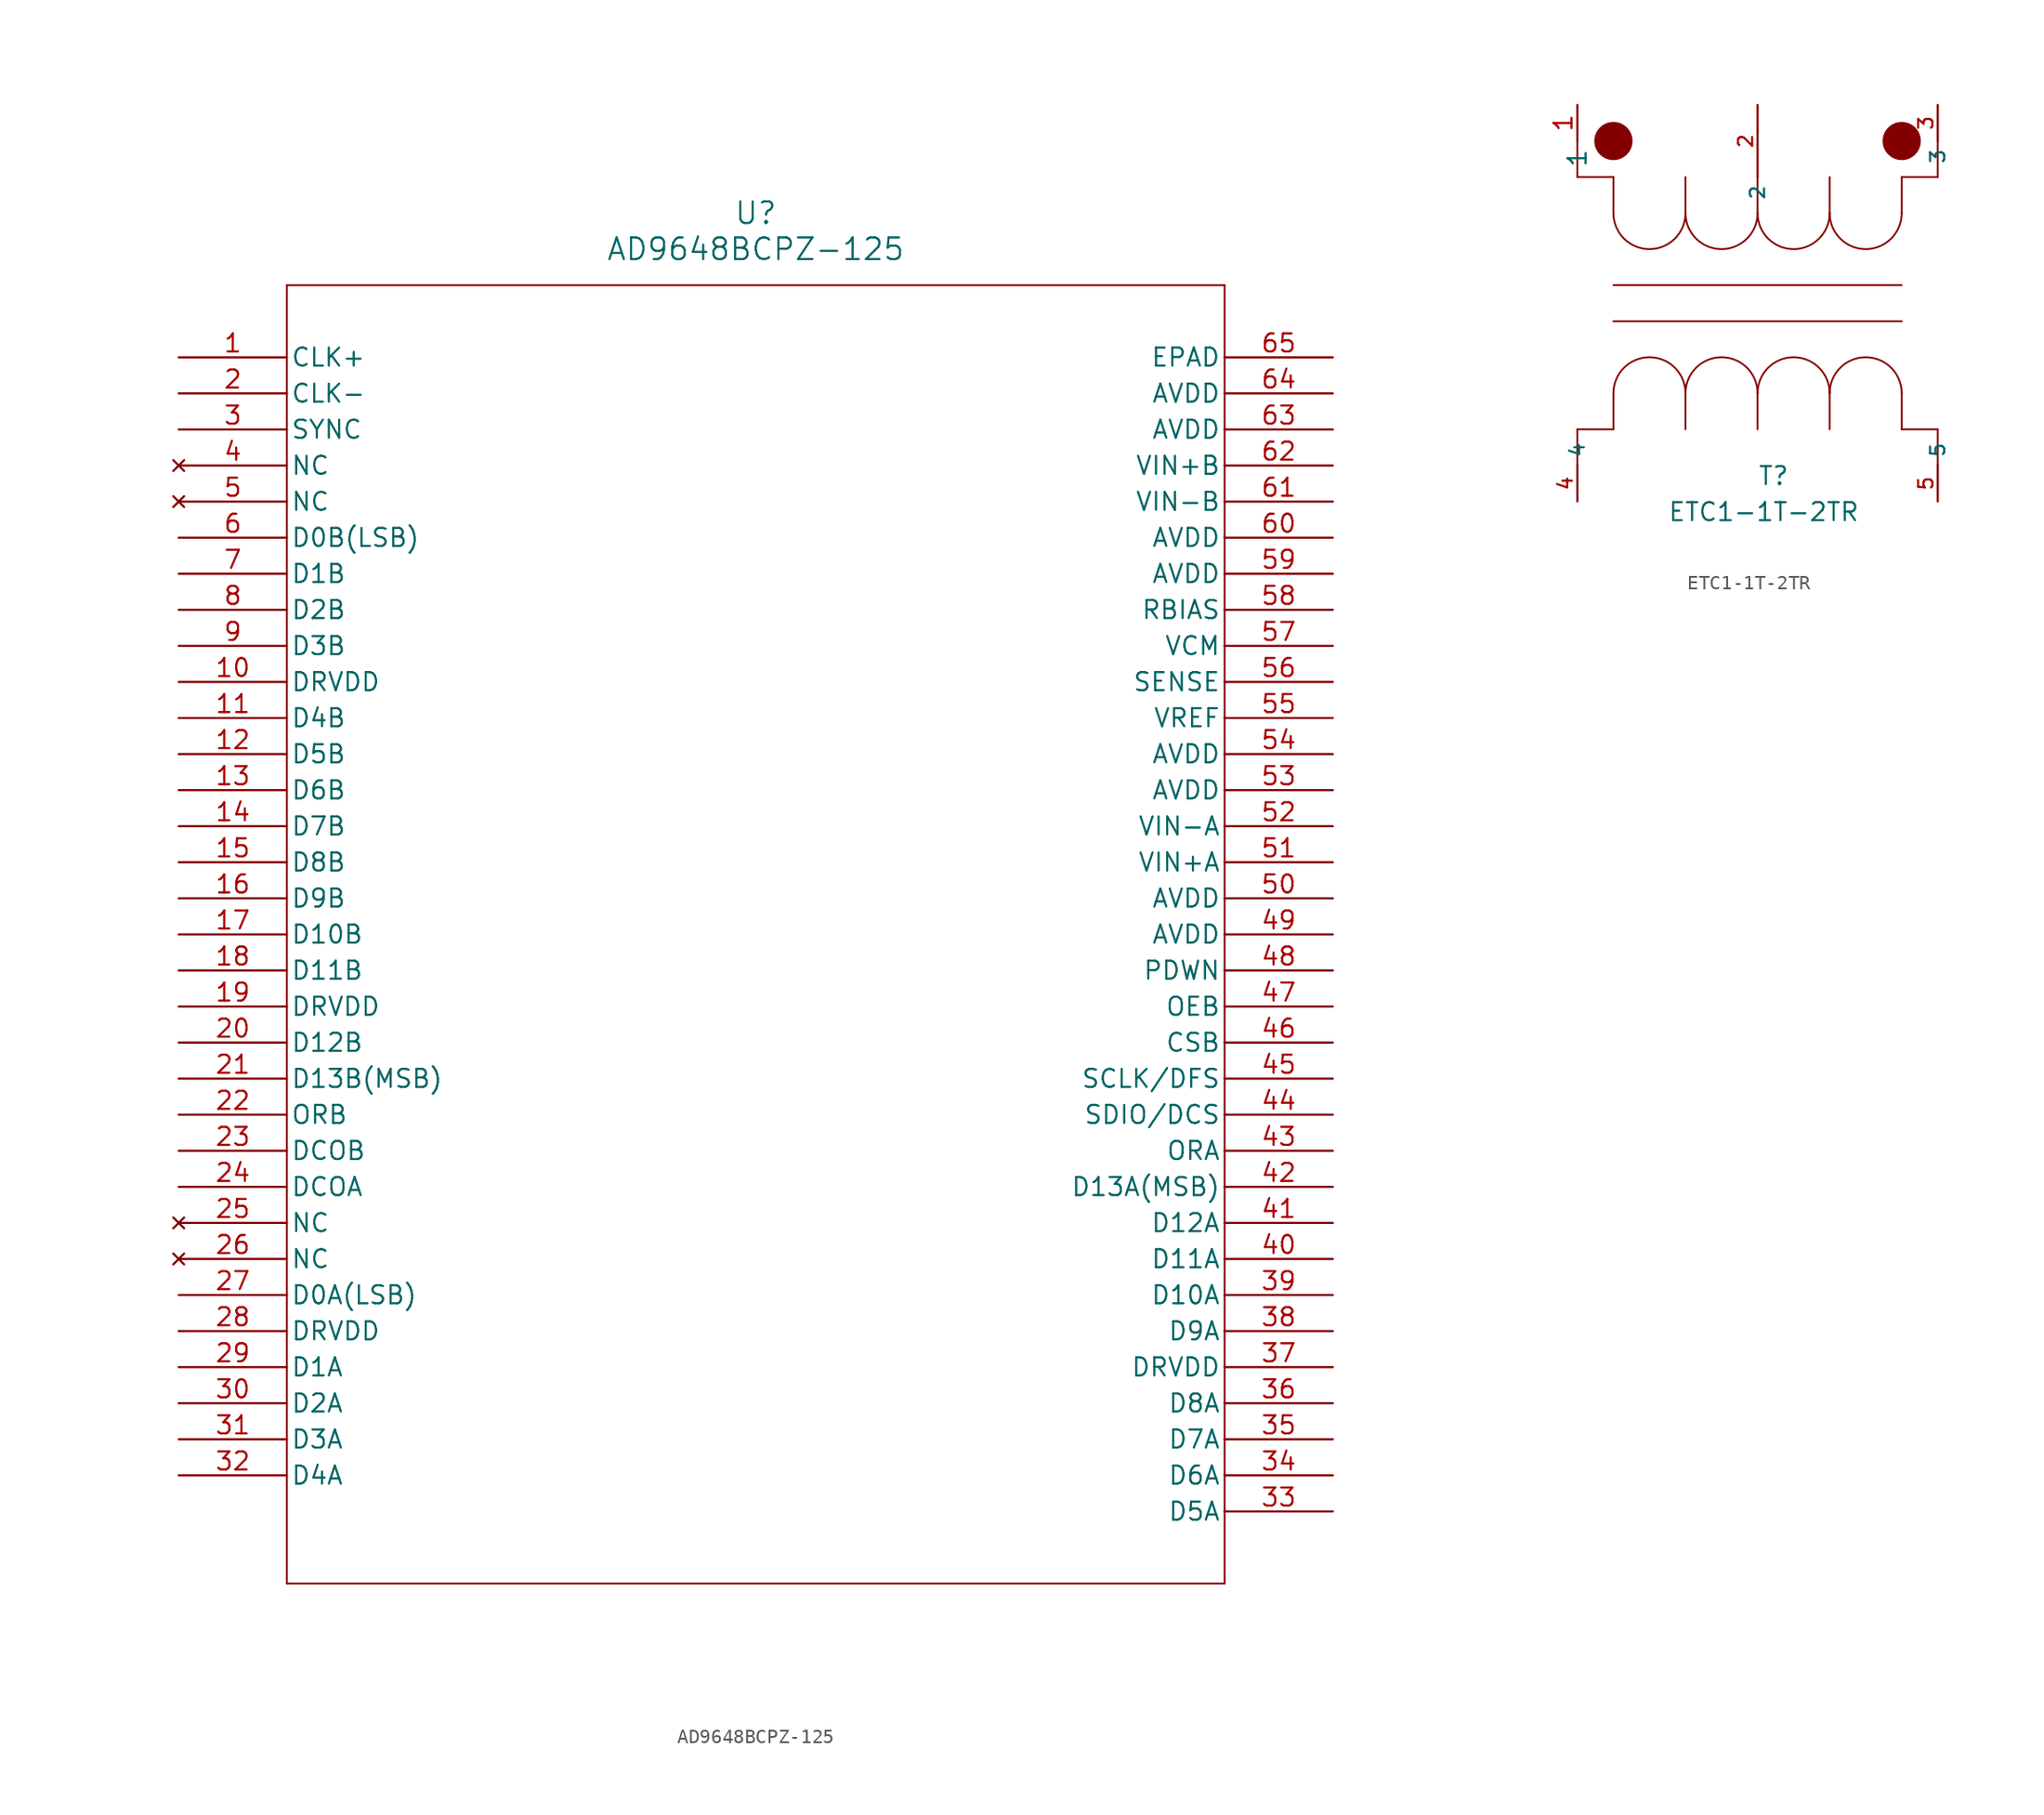
<source format=kicad_sym>
(kicad_symbol_lib
  (version 20220914)
  (generator kicad_symbol_editor)
  (symbol "AD9648BCPZ-125"
    (pin_names
      (offset 0.254))
    (property "Reference" "U"
      (at 40.64 10.16 0)
      (effects (font (size 1.524 1.524))))
    (property "Value" "AD9648BCPZ-125"
      (at 40.64 7.62 0)
      (effects (font (size 1.524 1.524))))
    (property "ki_locked" ""
      (at 0 0 0)
      (effects (font (size 1.27 1.27))))
    (symbol "AD9648BCPZ-125_0_1"
      (polyline (pts (xy 7.62 -86.36) (xy 73.66 -86.36)) (stroke (width 0.127) (type default)) (fill (type none)))
      (polyline (pts (xy 7.62 5.08) (xy 7.62 -86.36)) (stroke (width 0.127) (type default)) (fill (type none)))
      (polyline (pts (xy 73.66 -86.36) (xy 73.66 5.08)) (stroke (width 0.127) (type default)) (fill (type none)))
      (polyline (pts (xy 73.66 5.08) (xy 7.62 5.08)) (stroke (width 0.127) (type default)) (fill (type none)))
      (pin input line (at 0 0 0) (length 7.62) (name "CLK+" (effects (font (size 1.27 1.27)))) (number "1" (effects (font (size 1.27 1.27)))))
      (pin power_in line (at 0 -22.86 0) (length 7.62) (name "DRVDD" (effects (font (size 1.27 1.27)))) (number "10" (effects (font (size 1.27 1.27)))))
      (pin output line (at 0 -25.4 0) (length 7.62) (name "D4B" (effects (font (size 1.27 1.27)))) (number "11" (effects (font (size 1.27 1.27)))))
      (pin output line (at 0 -27.94 0) (length 7.62) (name "D5B" (effects (font (size 1.27 1.27)))) (number "12" (effects (font (size 1.27 1.27)))))
      (pin output line (at 0 -30.48 0) (length 7.62) (name "D6B" (effects (font (size 1.27 1.27)))) (number "13" (effects (font (size 1.27 1.27)))))
      (pin output line (at 0 -33.02 0) (length 7.62) (name "D7B" (effects (font (size 1.27 1.27)))) (number "14" (effects (font (size 1.27 1.27)))))
      (pin output line (at 0 -35.56 0) (length 7.62) (name "D8B" (effects (font (size 1.27 1.27)))) (number "15" (effects (font (size 1.27 1.27)))))
      (pin output line (at 0 -38.1 0) (length 7.62) (name "D9B" (effects (font (size 1.27 1.27)))) (number "16" (effects (font (size 1.27 1.27)))))
      (pin output line (at 0 -40.64 0) (length 7.62) (name "D10B" (effects (font (size 1.27 1.27)))) (number "17" (effects (font (size 1.27 1.27)))))
      (pin output line (at 0 -43.18 0) (length 7.62) (name "D11B" (effects (font (size 1.27 1.27)))) (number "18" (effects (font (size 1.27 1.27)))))
      (pin power_in line (at 0 -45.72 0) (length 7.62) (name "DRVDD" (effects (font (size 1.27 1.27)))) (number "19" (effects (font (size 1.27 1.27)))))
      (pin input line (at 0 -2.54 0) (length 7.62) (name "CLK-" (effects (font (size 1.27 1.27)))) (number "2" (effects (font (size 1.27 1.27)))))
      (pin output line (at 0 -48.26 0) (length 7.62) (name "D12B" (effects (font (size 1.27 1.27)))) (number "20" (effects (font (size 1.27 1.27)))))
      (pin output line (at 0 -50.8 0) (length 7.62) (name "D13B(MSB)" (effects (font (size 1.27 1.27)))) (number "21" (effects (font (size 1.27 1.27)))))
      (pin output line (at 0 -53.34 0) (length 7.62) (name "ORB" (effects (font (size 1.27 1.27)))) (number "22" (effects (font (size 1.27 1.27)))))
      (pin output line (at 0 -55.88 0) (length 7.62) (name "DCOB" (effects (font (size 1.27 1.27)))) (number "23" (effects (font (size 1.27 1.27)))))
      (pin output line (at 0 -58.42 0) (length 7.62) (name "DCOA" (effects (font (size 1.27 1.27)))) (number "24" (effects (font (size 1.27 1.27)))))
      (pin no_connect line (at 0 -60.96 0) (length 7.62) (name "NC" (effects (font (size 1.27 1.27)))) (number "25" (effects (font (size 1.27 1.27)))))
      (pin no_connect line (at 0 -63.5 0) (length 7.62) (name "NC" (effects (font (size 1.27 1.27)))) (number "26" (effects (font (size 1.27 1.27)))))
      (pin output line (at 0 -66.04 0) (length 7.62) (name "D0A(LSB)" (effects (font (size 1.27 1.27)))) (number "27" (effects (font (size 1.27 1.27)))))
      (pin power_in line (at 0 -68.58 0) (length 7.62) (name "DRVDD" (effects (font (size 1.27 1.27)))) (number "28" (effects (font (size 1.27 1.27)))))
      (pin output line (at 0 -71.12 0) (length 7.62) (name "D1A" (effects (font (size 1.27 1.27)))) (number "29" (effects (font (size 1.27 1.27)))))
      (pin input line (at 0 -5.08 0) (length 7.62) (name "SYNC" (effects (font (size 1.27 1.27)))) (number "3" (effects (font (size 1.27 1.27)))))
      (pin output line (at 0 -73.66 0) (length 7.62) (name "D2A" (effects (font (size 1.27 1.27)))) (number "30" (effects (font (size 1.27 1.27)))))
      (pin output line (at 0 -76.2 0) (length 7.62) (name "D3A" (effects (font (size 1.27 1.27)))) (number "31" (effects (font (size 1.27 1.27)))))
      (pin output line (at 0 -78.74 0) (length 7.62) (name "D4A" (effects (font (size 1.27 1.27)))) (number "32" (effects (font (size 1.27 1.27)))))
      (pin output line (at 81.28 -81.28 180) (length 7.62) (name "D5A" (effects (font (size 1.27 1.27)))) (number "33" (effects (font (size 1.27 1.27)))))
      (pin output line (at 81.28 -78.74 180) (length 7.62) (name "D6A" (effects (font (size 1.27 1.27)))) (number "34" (effects (font (size 1.27 1.27)))))
      (pin output line (at 81.28 -76.2 180) (length 7.62) (name "D7A" (effects (font (size 1.27 1.27)))) (number "35" (effects (font (size 1.27 1.27)))))
      (pin output line (at 81.28 -73.66 180) (length 7.62) (name "D8A" (effects (font (size 1.27 1.27)))) (number "36" (effects (font (size 1.27 1.27)))))
      (pin power_in line (at 81.28 -71.12 180) (length 7.62) (name "DRVDD" (effects (font (size 1.27 1.27)))) (number "37" (effects (font (size 1.27 1.27)))))
      (pin output line (at 81.28 -68.58 180) (length 7.62) (name "D9A" (effects (font (size 1.27 1.27)))) (number "38" (effects (font (size 1.27 1.27)))))
      (pin output line (at 81.28 -66.04 180) (length 7.62) (name "D10A" (effects (font (size 1.27 1.27)))) (number "39" (effects (font (size 1.27 1.27)))))
      (pin no_connect line (at 0 -7.62 0) (length 7.62) (name "NC" (effects (font (size 1.27 1.27)))) (number "4" (effects (font (size 1.27 1.27)))))
      (pin output line (at 81.28 -63.5 180) (length 7.62) (name "D11A" (effects (font (size 1.27 1.27)))) (number "40" (effects (font (size 1.27 1.27)))))
      (pin output line (at 81.28 -60.96 180) (length 7.62) (name "D12A" (effects (font (size 1.27 1.27)))) (number "41" (effects (font (size 1.27 1.27)))))
      (pin output line (at 81.28 -58.42 180) (length 7.62) (name "D13A(MSB)" (effects (font (size 1.27 1.27)))) (number "42" (effects (font (size 1.27 1.27)))))
      (pin output line (at 81.28 -55.88 180) (length 7.62) (name "ORA" (effects (font (size 1.27 1.27)))) (number "43" (effects (font (size 1.27 1.27)))))
      (pin bidirectional line (at 81.28 -53.34 180) (length 7.62) (name "SDIO/DCS" (effects (font (size 1.27 1.27)))) (number "44" (effects (font (size 1.27 1.27)))))
      (pin input line (at 81.28 -50.8 180) (length 7.62) (name "SCLK/DFS" (effects (font (size 1.27 1.27)))) (number "45" (effects (font (size 1.27 1.27)))))
      (pin input line (at 81.28 -48.26 180) (length 7.62) (name "CSB" (effects (font (size 1.27 1.27)))) (number "46" (effects (font (size 1.27 1.27)))))
      (pin output line (at 81.28 -45.72 180) (length 7.62) (name "OEB" (effects (font (size 1.27 1.27)))) (number "47" (effects (font (size 1.27 1.27)))))
      (pin input line (at 81.28 -43.18 180) (length 7.62) (name "PDWN" (effects (font (size 1.27 1.27)))) (number "48" (effects (font (size 1.27 1.27)))))
      (pin power_in line (at 81.28 -40.64 180) (length 7.62) (name "AVDD" (effects (font (size 1.27 1.27)))) (number "49" (effects (font (size 1.27 1.27)))))
      (pin no_connect line (at 0 -10.16 0) (length 7.62) (name "NC" (effects (font (size 1.27 1.27)))) (number "5" (effects (font (size 1.27 1.27)))))
      (pin power_in line (at 81.28 -38.1 180) (length 7.62) (name "AVDD" (effects (font (size 1.27 1.27)))) (number "50" (effects (font (size 1.27 1.27)))))
      (pin input line (at 81.28 -35.56 180) (length 7.62) (name "VIN+A" (effects (font (size 1.27 1.27)))) (number "51" (effects (font (size 1.27 1.27)))))
      (pin input line (at 81.28 -33.02 180) (length 7.62) (name "VIN-A" (effects (font (size 1.27 1.27)))) (number "52" (effects (font (size 1.27 1.27)))))
      (pin power_in line (at 81.28 -30.48 180) (length 7.62) (name "AVDD" (effects (font (size 1.27 1.27)))) (number "53" (effects (font (size 1.27 1.27)))))
      (pin power_in line (at 81.28 -27.94 180) (length 7.62) (name "AVDD" (effects (font (size 1.27 1.27)))) (number "54" (effects (font (size 1.27 1.27)))))
      (pin bidirectional line (at 81.28 -25.4 180) (length 7.62) (name "VREF" (effects (font (size 1.27 1.27)))) (number "55" (effects (font (size 1.27 1.27)))))
      (pin input line (at 81.28 -22.86 180) (length 7.62) (name "SENSE" (effects (font (size 1.27 1.27)))) (number "56" (effects (font (size 1.27 1.27)))))
      (pin output line (at 81.28 -20.32 180) (length 7.62) (name "VCM" (effects (font (size 1.27 1.27)))) (number "57" (effects (font (size 1.27 1.27)))))
      (pin bidirectional line (at 81.28 -17.78 180) (length 7.62) (name "RBIAS" (effects (font (size 1.27 1.27)))) (number "58" (effects (font (size 1.27 1.27)))))
      (pin power_in line (at 81.28 -15.24 180) (length 7.62) (name "AVDD" (effects (font (size 1.27 1.27)))) (number "59" (effects (font (size 1.27 1.27)))))
      (pin output line (at 0 -12.7 0) (length 7.62) (name "D0B(LSB)" (effects (font (size 1.27 1.27)))) (number "6" (effects (font (size 1.27 1.27)))))
      (pin power_in line (at 81.28 -12.7 180) (length 7.62) (name "AVDD" (effects (font (size 1.27 1.27)))) (number "60" (effects (font (size 1.27 1.27)))))
      (pin input line (at 81.28 -10.16 180) (length 7.62) (name "VIN-B" (effects (font (size 1.27 1.27)))) (number "61" (effects (font (size 1.27 1.27)))))
      (pin input line (at 81.28 -7.62 180) (length 7.62) (name "VIN+B" (effects (font (size 1.27 1.27)))) (number "62" (effects (font (size 1.27 1.27)))))
      (pin power_in line (at 81.28 -5.08 180) (length 7.62) (name "AVDD" (effects (font (size 1.27 1.27)))) (number "63" (effects (font (size 1.27 1.27)))))
      (pin power_in line (at 81.28 -2.54 180) (length 7.62) (name "AVDD" (effects (font (size 1.27 1.27)))) (number "64" (effects (font (size 1.27 1.27)))))
      (pin unspecified line (at 81.28 0 180) (length 7.62) (name "EPAD" (effects (font (size 1.27 1.27)))) (number "65" (effects (font (size 1.27 1.27)))))
      (pin output line (at 0 -15.24 0) (length 7.62) (name "D1B" (effects (font (size 1.27 1.27)))) (number "7" (effects (font (size 1.27 1.27)))))
      (pin output line (at 0 -17.78 0) (length 7.62) (name "D2B" (effects (font (size 1.27 1.27)))) (number "8" (effects (font (size 1.27 1.27)))))
      (pin output line (at 0 -20.32 0) (length 7.62) (name "D3B" (effects (font (size 1.27 1.27)))) (number "9" (effects (font (size 1.27 1.27)))))))
  (symbol "ETC1-1T-2TR"
    (property "Reference" "T"
      (at 12.7 -12.7 0)
      (effects (font (size 1.27 1.27)) (justify left top)))
    (property "Value" "ETC1-1T-2TR"
      (at 6.35 -15.24 0)
      (effects (font (size 1.27 1.27)) (justify left top)))
    (symbol "ETC1-1T-2TR_0_1"
      (polyline (pts (xy 0 -10.16) (xy 0 -12.7)) (stroke (width 0.127) (type default)) (fill (type none)))
      (polyline (pts (xy 0 10.16) (xy 0 7.62)) (stroke (width 0.127) (type default)) (fill (type none)))
      (polyline (pts (xy 2.54 -10.16) (xy 0 -10.16)) (stroke (width 0.127) (type default)) (fill (type none)))
      (polyline (pts (xy 2.54 -7.62) (xy 2.54 -10.16)) (stroke (width 0.127) (type default)) (fill (type none)))
      (polyline (pts (xy 2.54 -2.54) (xy 22.86 -2.54)) (stroke (width 0.127) (type default)) (fill (type none)))
      (polyline (pts (xy 2.54 0) (xy 22.86 0)) (stroke (width 0.127) (type default)) (fill (type none)))
      (polyline (pts (xy 2.54 5.08) (xy 2.54 7.62)) (stroke (width 0.127) (type default)) (fill (type none)))
      (polyline (pts (xy 2.54 7.62) (xy 0 7.62)) (stroke (width 0.127) (type default)) (fill (type none)))
      (polyline (pts (xy 7.62 -7.62) (xy 7.62 -10.16)) (stroke (width 0.127) (type default)) (fill (type none)))
      (polyline (pts (xy 7.62 5.08) (xy 7.62 7.62)) (stroke (width 0.127) (type default)) (fill (type none)))
      (polyline (pts (xy 12.7 -7.62) (xy 12.7 -10.16)) (stroke (width 0.127) (type default)) (fill (type none)))
      (polyline (pts (xy 12.7 5.08) (xy 12.7 7.62)) (stroke (width 0.127) (type default)) (fill (type none)))
      (polyline (pts (xy 17.78 -7.62) (xy 17.78 -10.16)) (stroke (width 0.127) (type default)) (fill (type none)))
      (polyline (pts (xy 17.78 5.08) (xy 17.78 7.62)) (stroke (width 0.127) (type default)) (fill (type none)))
      (polyline (pts (xy 22.86 -10.16) (xy 25.4 -10.16)) (stroke (width 0.127) (type default)) (fill (type none)))
      (polyline (pts (xy 22.86 -7.62) (xy 22.86 -10.16)) (stroke (width 0.127) (type default)) (fill (type none)))
      (polyline (pts (xy 22.86 5.08) (xy 22.86 7.62)) (stroke (width 0.127) (type default)) (fill (type none)))
      (polyline (pts (xy 22.86 7.62) (xy 25.4 7.62)) (stroke (width 0.127) (type default)) (fill (type none)))
      (polyline (pts (xy 25.4 -12.7) (xy 25.4 -10.16)) (stroke (width 0.127) (type default)) (fill (type none)))
      (polyline (pts (xy 25.4 10.16) (xy 25.4 7.62)) (stroke (width 0.127) (type default)) (fill (type none)))
      (arc (start 2.54 5.08) (mid 5.08 2.551) (end 7.62 5.08) (stroke (width 0.127) (type default)) (fill (type none)))
      (arc (start 7.62 -7.62) (mid 5.08 -5.091) (end 2.54 -7.62) (stroke (width 0.127) (type default)) (fill (type none)))
      (arc (start 7.62 5.08) (mid 10.16 2.551) (end 12.7 5.08) (stroke (width 0.127) (type default)) (fill (type none)))
      (arc (start 12.7 -7.62) (mid 10.16 -5.091) (end 7.62 -7.62) (stroke (width 0.127) (type default)) (fill (type none)))
      (arc (start 12.7 5.08) (mid 15.24 2.551) (end 17.78 5.08) (stroke (width 0.127) (type default)) (fill (type none)))
      (arc (start 17.78 -7.62) (mid 15.24 -5.091) (end 12.7 -7.62) (stroke (width 0.127) (type default)) (fill (type none)))
      (arc (start 17.78 5.08) (mid 20.32 2.551) (end 22.86 5.08) (stroke (width 0.127) (type default)) (fill (type none)))
      (arc (start 22.86 -7.62) (mid 20.32 -5.091) (end 17.78 -7.62) (stroke (width 0.127) (type default)) (fill (type none))))
    (symbol "ETC1-1T-2TR_1_1"
      (circle (center 2.54 10.16) (radius 1.27) (stroke (width 0) (type default)) (fill (type outline)))
      (circle (center 22.86 10.16) (radius 1.27) (stroke (width 0) (type default)) (fill (type outline)))
      (pin passive line (at 0 12.7 270) (length 2.54) (name "1" (effects (font (size 1.27 1.27)))) (number "1" (effects (font (size 1.27 1.27)))))
      (pin passive line (at 12.7 12.7 270) (length 5.08) (name "2" (effects (font (size 1 1)))) (number "2" (effects (font (size 1 1)))))
      (pin passive line (at 25.4 12.7 270) (length 2.54) (name "3" (effects (font (size 1 1)))) (number "3" (effects (font (size 1 1)))))
      (pin passive line (at 0 -15.24 90) (length 2.54) (name "4" (effects (font (size 1 1)))) (number "4" (effects (font (size 1 1)))))
      (pin passive line (at 25.4 -15.24 90) (length 2.54) (name "5" (effects (font (size 1 1)))) (number "5" (effects (font (size 1 1))))))))
</source>
